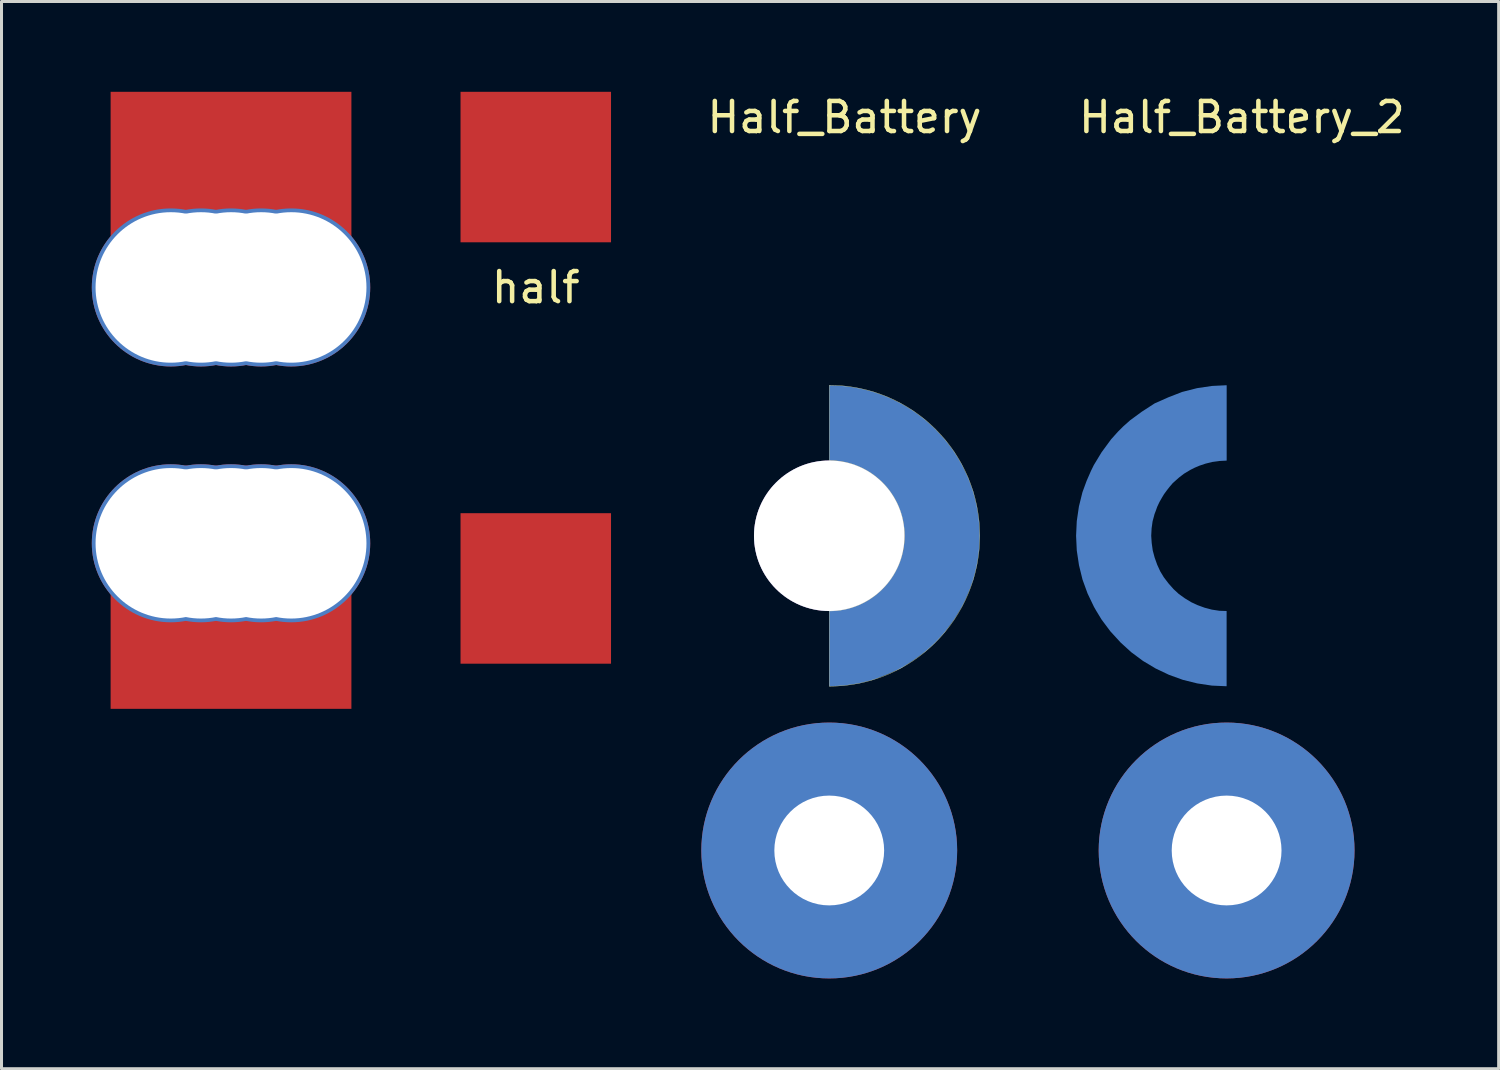
<source format=kicad_pcb>
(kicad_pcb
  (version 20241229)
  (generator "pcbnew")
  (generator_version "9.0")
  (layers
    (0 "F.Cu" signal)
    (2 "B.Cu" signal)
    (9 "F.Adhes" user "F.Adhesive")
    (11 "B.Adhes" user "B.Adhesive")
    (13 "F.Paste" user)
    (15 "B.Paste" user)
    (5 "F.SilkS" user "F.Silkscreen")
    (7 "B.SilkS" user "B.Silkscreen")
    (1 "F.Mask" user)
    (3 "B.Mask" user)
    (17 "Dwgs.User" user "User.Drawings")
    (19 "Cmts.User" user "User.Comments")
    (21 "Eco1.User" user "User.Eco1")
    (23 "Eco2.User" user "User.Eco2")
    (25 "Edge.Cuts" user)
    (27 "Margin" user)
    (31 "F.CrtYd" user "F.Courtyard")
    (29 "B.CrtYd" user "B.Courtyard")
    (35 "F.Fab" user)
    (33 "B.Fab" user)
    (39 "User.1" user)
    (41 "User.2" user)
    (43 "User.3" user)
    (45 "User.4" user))
  (footprint "18650"
    (layer "F.Cu")
    (at 4.625 6.5)
    (property "Reference" "18650" (at 0 0.5 0) (layer "F.SilkS") (effects (font (size 1 1) (thickness 0.15))))
    (attr through_hole)
    (pad "1" thru_hole circle (at -2 0) (size 5.25 5.25) (drill 5) (layers "*.Mask" "F.Cu"))
    (pad "1" thru_hole circle (at -1 0) (size 5.25 5.25) (drill 5) (layers "*.Mask" "F.Cu"))
    (pad "1" smd rect (at 0 -4) (size 8 5) (layers "F.Cu" "F.Mask" "F.Paste"))
    (pad "1" thru_hole circle (at 0 0) (size 5.25 5.25) (drill 5) (layers "*.Mask" "F.Cu"))
    (pad "1" thru_hole circle (at 1 0) (size 5.25 5.25) (drill 5) (layers "*.Mask" "F.Cu"))
    (pad "1" thru_hole circle (at 2 0) (size 5.25 5.25) (drill 5) (layers "*.Mask" "F.Cu"))
    (pad "2" thru_hole circle (at -2 8.5) (size 5.25 5.25) (drill 5) (layers "*.Mask" "F.Cu"))
    (pad "2" thru_hole circle (at -1 8.5) (size 5.25 5.25) (drill 5) (layers "*.Mask" "F.Cu"))
    (pad "2" thru_hole circle (at 0 8.5) (size 5.25 5.25) (drill 5) (layers "*.Mask" "F.Cu"))
    (pad "2" smd rect (at 0 11.5) (size 8 5) (layers "F.Cu" "F.Mask" "F.Paste"))
    (pad "2" thru_hole circle (at 1 8.5) (size 5.25 5.25) (drill 5) (layers "*.Mask" "F.Cu"))
    (pad "2" thru_hole circle (at 2 8.5) (size 5.25 5.25) (drill 5) (layers "*.Mask" "F.Cu")))
  (footprint "Half_Battery"
    (layer "F.Cu")
    (at 24.5 14.75)
    (property "Reference" "Half_Battery" (at 0.508 -13.902 0) (layer "F.SilkS") (effects (font (size 1 1) (thickness 0.15))))
    (attr through_hole)
    (fp_line (start 0 -2.5) (end 0 -5) (stroke (width 0.01) (type solid)) (layer "F.SilkS"))
    (fp_line (start 0 2.5) (end 0 5) (stroke (width 0.01) (type solid)) (layer "F.SilkS"))
    (fp_arc (start 0 -5) (mid 5 0) (end 0 5) (stroke (width 0.01) (type solid)) (layer "F.SilkS"))
    (fp_arc (start 0 -2.5) (mid 2.5 0) (end 0 2.5) (stroke (width 0.01) (type solid)) (layer "F.SilkS"))
    (pad "1" smd custom (at 3.75 0) (size 1 1) (layers "*.Mask" "B.Cu") (options (anchor circle)) (primitives (gr_poly (pts (xy -3.745 -4.994) (xy -3.745 -2.504) (xy -3.509 -2.497) (xy -3.26 -2.459) (xy -3.018 -2.395) (xy -2.775 -2.306) (xy -2.574 -2.212) (xy -2.356 -2.08) (xy -2.155 -1.935) (xy -1.98 -1.773) (xy -1.812 -1.582) (xy -1.66 -1.382) (xy -1.54 -1.184) (xy -1.441 -0.968) (xy -1.355 -0.729) (xy -1.291 -0.49) (xy -1.256 -0.239) (xy -1.24 0) (xy -1.253 0.246) (xy -1.286 0.483) (xy -1.314 0.584) (xy -1.35 0.721) (xy -1.388 0.82) (xy -1.441 0.968) (xy -1.515 1.125) (xy -1.596 1.267) (xy -1.665 1.382) (xy -1.759 1.511) (xy -1.855 1.633) (xy -1.959 1.755) (xy -2.165 1.938) (xy -2.33 2.065) (xy -2.546 2.195) (xy -2.688 2.266) (xy -2.848 2.334) (xy -3.044 2.4) (xy -3.267 2.456) (xy -3.496 2.489) (xy -3.747 2.502) (xy -3.747 4.996) (xy -3.267 4.973) (xy -2.772 4.9) (xy -2.272 4.773) (xy -1.82 4.597) (xy -1.362 4.394) (xy -0.931 4.115) (xy -0.55 3.835) (xy -0.321 3.632) (xy -0.143 3.454) (xy 0.085 3.2) (xy 0.4 2.771) (xy 0.657 2.347) (xy 0.753 2.151) (xy 0.898 1.819) (xy 1.035 1.445) (xy 1.152 0.973) (xy 1.223 0.488) (xy 1.246 0) (xy 1.223 -0.488) (xy 1.15 -0.975) (xy 1.033 -1.453) (xy 0.865 -1.915) (xy 0.652 -2.36) (xy 0.576 -2.492) (xy 0.4 -2.781) (xy 0.108 -3.172) (xy -0.23 -3.541) (xy -0.583 -3.863) (xy -0.976 -4.155) (xy -1.393 -4.404) (xy -1.837 -4.615) (xy -2.302 -4.783) (xy -2.775 -4.9) (xy -3.262 -4.973)) (width 0.01) (fill yes))))
    (pad "2" thru_hole circle (at 0 10.456) (size 8.5 8.5) (drill 3.648) (layers "*.Mask" "B.Cu"))
    (pad "3" thru_hole circle (at 0 0) (size 5 5) (drill 5) (layers "*.Cu" "*.Mask")))
  (footprint "Half_Battery_2"
    (layer "F.Cu")
    (at 37.702 14.75)
    (property "Reference" "Half_Battery_2" (at 0.508 -13.902 0) (layer "F.SilkS") (effects (font (size 1 1) (thickness 0.15))))
    (attr through_hole)
    (pad "1" smd custom (at -3.75 0 180) (size 1 1) (layers "*.Mask" "B.Cu") (options (anchor circle)) (primitives (gr_poly (pts (xy -3.745 -4.994) (xy -3.745 -2.504) (xy -3.509 -2.497) (xy -3.26 -2.459) (xy -3.018 -2.395) (xy -2.775 -2.306) (xy -2.574 -2.212) (xy -2.356 -2.08) (xy -2.155 -1.935) (xy -1.98 -1.773) (xy -1.812 -1.582) (xy -1.66 -1.382) (xy -1.54 -1.184) (xy -1.441 -0.968) (xy -1.355 -0.729) (xy -1.291 -0.49) (xy -1.256 -0.239) (xy -1.24 0) (xy -1.253 0.246) (xy -1.286 0.483) (xy -1.314 0.584) (xy -1.35 0.721) (xy -1.388 0.82) (xy -1.441 0.968) (xy -1.515 1.125) (xy -1.596 1.267) (xy -1.665 1.382) (xy -1.759 1.511) (xy -1.855 1.633) (xy -1.959 1.755) (xy -2.165 1.938) (xy -2.33 2.065) (xy -2.546 2.195) (xy -2.688 2.266) (xy -2.848 2.334) (xy -3.044 2.4) (xy -3.267 2.456) (xy -3.496 2.489) (xy -3.747 2.502) (xy -3.747 4.996) (xy -3.267 4.973) (xy -2.772 4.9) (xy -2.272 4.773) (xy -1.82 4.597) (xy -1.362 4.394) (xy -0.931 4.115) (xy -0.55 3.835) (xy -0.321 3.632) (xy -0.143 3.454) (xy 0.085 3.2) (xy 0.4 2.771) (xy 0.657 2.347) (xy 0.753 2.151) (xy 0.898 1.819) (xy 1.035 1.445) (xy 1.152 0.973) (xy 1.223 0.488) (xy 1.246 0) (xy 1.223 -0.488) (xy 1.15 -0.975) (xy 1.033 -1.453) (xy 0.865 -1.915) (xy 0.652 -2.36) (xy 0.576 -2.492) (xy 0.4 -2.781) (xy 0.108 -3.172) (xy -0.23 -3.541) (xy -0.583 -3.863) (xy -0.976 -4.155) (xy -1.393 -4.404) (xy -1.837 -4.615) (xy -2.302 -4.783) (xy -2.775 -4.9) (xy -3.262 -4.973)) (width 0.01) (fill yes))))
    (pad "2" thru_hole circle (at 0 10.456) (size 8.5 8.5) (drill 3.648) (layers "*.Mask" "B.Cu")))
  (footprint "half"
    (layer "F.Cu")
    (at 14.75 6)
    (property "Reference" "half" (at 0 0.5 0) (layer "F.SilkS") (effects (font (size 1 1) (thickness 0.15))))
    (attr through_hole)
    (pad "1" smd rect (at 0 -3.5) (size 5 5) (layers "F.Cu" "F.Mask" "F.Paste"))
    (pad "2" smd rect (at 0 10.5) (size 5 5) (layers "F.Cu" "F.Mask" "F.Paste")))
  (gr_rect
    (start -3 -3)
    (end 46.74 32.456)
    (stroke (width 0.1) (type default))
    (fill no)
    (layer "Edge.Cuts")))
</source>
